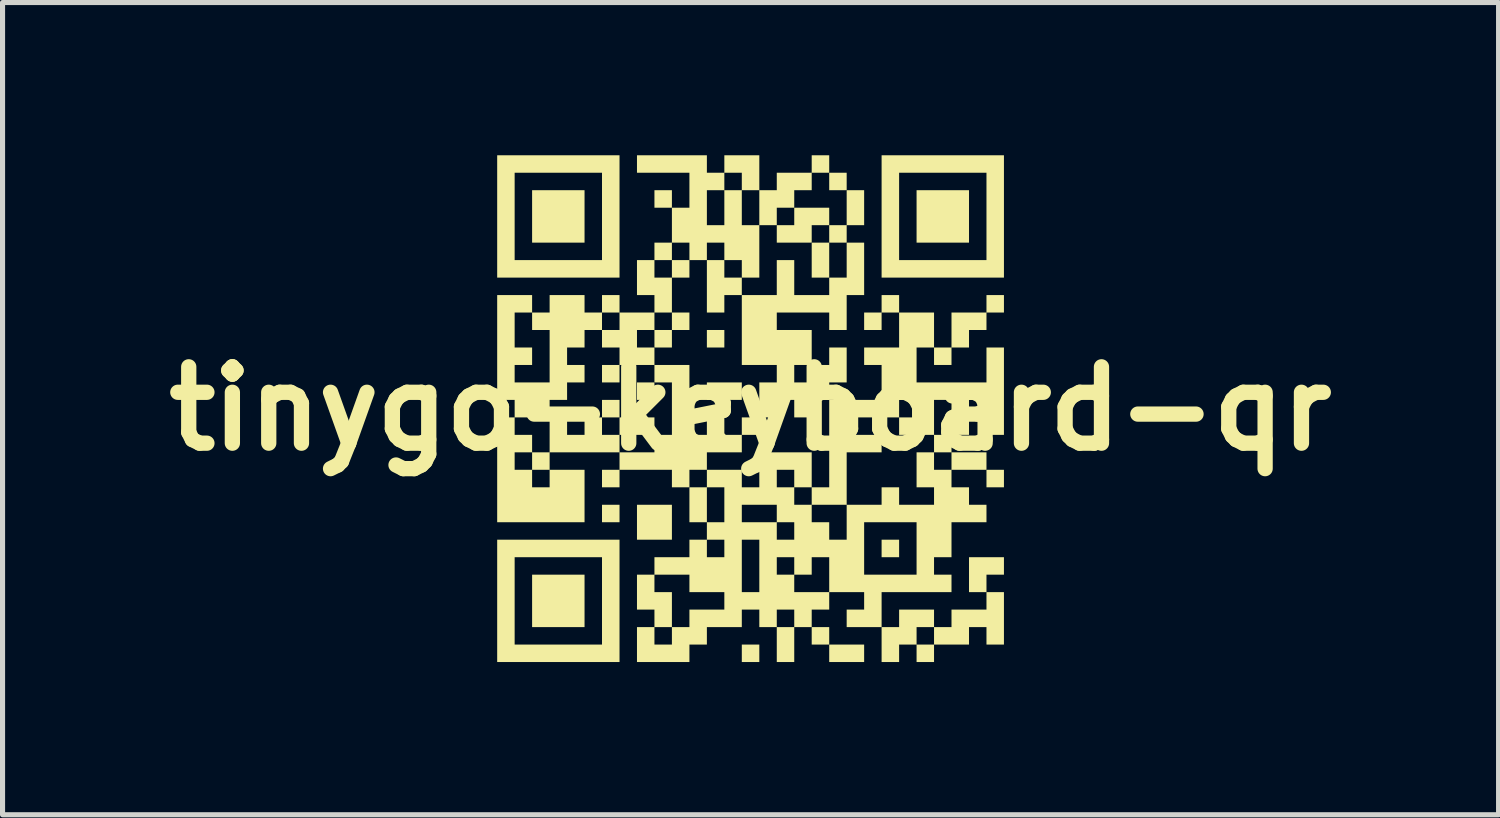
<source format=kicad_pcb>
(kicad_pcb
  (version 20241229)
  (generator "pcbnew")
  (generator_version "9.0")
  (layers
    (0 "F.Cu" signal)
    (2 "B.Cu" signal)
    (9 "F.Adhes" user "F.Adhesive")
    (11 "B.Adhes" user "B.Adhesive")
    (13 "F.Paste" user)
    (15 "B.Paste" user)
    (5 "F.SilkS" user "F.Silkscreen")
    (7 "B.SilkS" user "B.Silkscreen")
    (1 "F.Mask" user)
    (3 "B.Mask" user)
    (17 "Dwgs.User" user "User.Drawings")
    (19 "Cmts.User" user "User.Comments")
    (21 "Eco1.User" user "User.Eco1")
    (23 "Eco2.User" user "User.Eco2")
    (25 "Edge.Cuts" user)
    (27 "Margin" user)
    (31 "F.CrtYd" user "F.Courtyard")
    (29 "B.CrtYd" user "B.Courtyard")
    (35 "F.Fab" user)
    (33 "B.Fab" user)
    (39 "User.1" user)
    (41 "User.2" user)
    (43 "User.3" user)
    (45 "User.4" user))
  (footprint "tinygo-keyboard-qr"
    (layer "F.Cu")
    (at 11.693 4.977)
    (property "Reference" "tinygo-keyboard-qr" (at 0 0 0) (layer "F.SilkS") (effects (font (size 1.5 1.5) (thickness 0.3))))
    (attr board_only exclude_from_pos_files exclude_from_bom)
    (fp_poly (pts (xy -3.261 -3.776) (xy -3.261 -3.261) (xy -3.776 -3.261) (xy -4.291 -3.261) (xy -4.291 -3.776) (xy -4.291 -4.291) (xy -3.776 -4.291) (xy -3.261 -4.291)) (stroke (width 0) (type solid)) (fill yes) (layer "F.SilkS"))
    (fp_poly (pts (xy -3.261 3.776) (xy -3.261 4.291) (xy -3.776 4.291) (xy -4.291 4.291) (xy -4.291 3.776) (xy -4.291 3.261) (xy -3.776 3.261) (xy -3.261 3.261)) (stroke (width 0) (type solid)) (fill yes) (layer "F.SilkS"))
    (fp_poly (pts (xy -2.574 -0.686) (xy -2.574 -0.515) (xy -2.746 -0.515) (xy -2.918 -0.515) (xy -2.918 -0.686) (xy -2.918 -0.858) (xy -2.746 -0.858) (xy -2.574 -0.858)) (stroke (width 0) (type solid)) (fill yes) (layer "F.SilkS"))
    (fp_poly (pts (xy -2.574 0) (xy -2.574 0.172) (xy -2.746 0.172) (xy -2.918 0.172) (xy -2.918 0) (xy -2.918 -0.172) (xy -2.746 -0.172) (xy -2.574 -0.172)) (stroke (width 0) (type solid)) (fill yes) (layer "F.SilkS"))
    (fp_poly (pts (xy -2.574 2.059) (xy -2.574 2.231) (xy -2.746 2.231) (xy -2.918 2.231) (xy -2.918 2.059) (xy -2.918 1.888) (xy -2.746 1.888) (xy -2.574 1.888)) (stroke (width 0) (type solid)) (fill yes) (layer "F.SilkS"))
    (fp_poly (pts (xy -1.888 -0.343) (xy -1.888 -0.172) (xy -2.059 -0.172) (xy -2.231 -0.172) (xy -2.231 -0.343) (xy -2.231 -0.515) (xy -2.059 -0.515) (xy -1.888 -0.515)) (stroke (width 0) (type solid)) (fill yes) (layer "F.SilkS"))
    (fp_poly (pts (xy -1.888 0.343) (xy -1.888 0.515) (xy -2.231 0.515) (xy -2.574 0.515) (xy -2.574 0.343) (xy -2.574 0.172) (xy -2.231 0.172) (xy -1.888 0.172)) (stroke (width 0) (type solid)) (fill yes) (layer "F.SilkS"))
    (fp_poly (pts (xy -1.545 2.231) (xy -1.545 2.574) (xy -1.888 2.574) (xy -2.231 2.574) (xy -2.231 2.231) (xy -2.231 1.888) (xy -1.888 1.888) (xy -1.545 1.888)) (stroke (width 0) (type solid)) (fill yes) (layer "F.SilkS"))
    (fp_poly (pts (xy -1.201 -2.746) (xy -1.201 -2.574) (xy -1.373 -2.574) (xy -1.545 -2.574) (xy -1.545 -2.746) (xy -1.545 -2.918) (xy -1.373 -2.918) (xy -1.201 -2.918)) (stroke (width 0) (type solid)) (fill yes) (layer "F.SilkS"))
    (fp_poly (pts (xy -0.515 -1.373) (xy -0.515 -1.201) (xy -0.686 -1.201) (xy -0.858 -1.201) (xy -0.858 -1.373) (xy -0.858 -1.545) (xy -0.686 -1.545) (xy -0.515 -1.545)) (stroke (width 0) (type solid)) (fill yes) (layer "F.SilkS"))
    (fp_poly (pts (xy -0.172 -0.343) (xy -0.172 -0.172) (xy -0.515 -0.172) (xy -0.858 -0.172) (xy -0.858 -0.343) (xy -0.858 -0.515) (xy -0.515 -0.515) (xy -0.172 -0.515)) (stroke (width 0) (type solid)) (fill yes) (layer "F.SilkS"))
    (fp_poly (pts (xy 0.172 0.343) (xy 0.172 0.515) (xy 0 0.515) (xy -0.172 0.515) (xy -0.172 0.343) (xy -0.172 0.172) (xy 0 0.172) (xy 0.172 0.172)) (stroke (width 0) (type solid)) (fill yes) (layer "F.SilkS"))
    (fp_poly (pts (xy 0.172 4.805) (xy 0.172 4.977) (xy 0 4.977) (xy -0.172 4.977) (xy -0.172 4.805) (xy -0.172 4.634) (xy 0 4.634) (xy 0.172 4.634)) (stroke (width 0) (type solid)) (fill yes) (layer "F.SilkS"))
    (fp_poly (pts (xy 1.545 -2.918) (xy 1.545 -2.574) (xy 1.373 -2.574) (xy 1.201 -2.574) (xy 1.201 -2.918) (xy 1.201 -3.261) (xy 1.373 -3.261) (xy 1.545 -3.261)) (stroke (width 0) (type solid)) (fill yes) (layer "F.SilkS"))
    (fp_poly (pts (xy 1.545 4.462) (xy 1.545 4.634) (xy 1.373 4.634) (xy 1.201 4.634) (xy 1.201 4.462) (xy 1.201 4.291) (xy 1.373 4.291) (xy 1.545 4.291)) (stroke (width 0) (type solid)) (fill yes) (layer "F.SilkS"))
    (fp_poly (pts (xy 1.888 -4.462) (xy 1.888 -4.291) (xy 1.716 -4.291) (xy 1.545 -4.291) (xy 1.545 -4.462) (xy 1.545 -4.634) (xy 1.716 -4.634) (xy 1.888 -4.634)) (stroke (width 0) (type solid)) (fill yes) (layer "F.SilkS"))
    (fp_poly (pts (xy 2.231 4.805) (xy 2.231 4.977) (xy 1.888 4.977) (xy 1.545 4.977) (xy 1.545 4.805) (xy 1.545 4.634) (xy 1.888 4.634) (xy 2.231 4.634)) (stroke (width 0) (type solid)) (fill yes) (layer "F.SilkS"))
    (fp_poly (pts (xy 2.918 2.746) (xy 2.918 2.918) (xy 2.746 2.918) (xy 2.574 2.918) (xy 2.574 2.746) (xy 2.574 2.574) (xy 2.746 2.574) (xy 2.918 2.574)) (stroke (width 0) (type solid)) (fill yes) (layer "F.SilkS"))
    (fp_poly (pts (xy 4.291 -3.776) (xy 4.291 -3.261) (xy 3.776 -3.261) (xy 3.261 -3.261) (xy 3.261 -3.776) (xy 3.261 -4.291) (xy 3.776 -4.291) (xy 4.291 -4.291)) (stroke (width 0) (type solid)) (fill yes) (layer "F.SilkS"))
    (fp_poly (pts (xy 4.977 1.373) (xy 4.977 1.545) (xy 4.805 1.545) (xy 4.634 1.545) (xy 4.634 1.373) (xy 4.634 1.201) (xy 4.805 1.201) (xy 4.977 1.201)) (stroke (width 0) (type solid)) (fill yes) (layer "F.SilkS"))
    (fp_poly (pts (xy 4.977 3.089) (xy 4.977 3.261) (xy 4.805 3.261) (xy 4.634 3.261) (xy 4.634 3.432) (xy 4.634 3.604) (xy 4.462 3.604) (xy 4.291 3.604) (xy 4.291 3.261) (xy 4.291 2.918) (xy 4.634 2.918) (xy 4.977 2.918)) (stroke (width 0) (type solid)) (fill yes) (layer "F.SilkS"))
    (fp_poly (pts (xy -1.201 -1.716) (xy -1.201 -1.545) (xy -1.373 -1.545) (xy -1.545 -1.545) (xy -1.545 -1.373) (xy -1.545 -1.201) (xy -1.716 -1.201) (xy -1.888 -1.201) (xy -1.888 -1.373) (xy -1.888 -1.545) (xy -1.716 -1.545) (xy -1.545 -1.545) (xy -1.545 -1.716) (xy -1.545 -1.888) (xy -1.373 -1.888) (xy -1.201 -1.888)) (stroke (width 0) (type solid)) (fill yes) (layer "F.SilkS"))
    (fp_poly (pts (xy -0.515 -2.746) (xy -0.515 -2.574) (xy -0.343 -2.574) (xy -0.172 -2.574) (xy -0.172 -2.403) (xy -0.172 -2.231) (xy -0.343 -2.231) (xy -0.515 -2.231) (xy -0.515 -2.059) (xy -0.515 -1.888) (xy -0.686 -1.888) (xy -0.858 -1.888) (xy -0.858 -2.403) (xy -0.858 -2.918) (xy -0.686 -2.918) (xy -0.515 -2.918)) (stroke (width 0) (type solid)) (fill yes) (layer "F.SilkS"))
    (fp_poly (pts (xy 1.545 -3.776) (xy 1.545 -3.604) (xy 1.373 -3.604) (xy 1.201 -3.604) (xy 1.201 -3.432) (xy 1.201 -3.261) (xy 0.858 -3.261) (xy 0.515 -3.261) (xy 0.515 -3.432) (xy 0.515 -3.604) (xy 0.686 -3.604) (xy 0.858 -3.604) (xy 0.858 -3.776) (xy 0.858 -3.947) (xy 1.201 -3.947) (xy 1.545 -3.947)) (stroke (width 0) (type solid)) (fill yes) (layer "F.SilkS"))
    (fp_poly (pts (xy 2.231 -3.947) (xy 2.231 -3.604) (xy 2.059 -3.604) (xy 1.888 -3.604) (xy 1.888 -3.432) (xy 1.888 -3.261) (xy 1.716 -3.261) (xy 1.545 -3.261) (xy 1.545 -3.432) (xy 1.545 -3.604) (xy 1.716 -3.604) (xy 1.888 -3.604) (xy 1.888 -3.947) (xy 1.888 -4.291) (xy 2.059 -4.291) (xy 2.231 -4.291)) (stroke (width 0) (type solid)) (fill yes) (layer "F.SilkS"))
    (fp_poly (pts (xy 2.918 -2.059) (xy 2.918 -1.888) (xy 2.746 -1.888) (xy 2.574 -1.888) (xy 2.574 -1.716) (xy 2.574 -1.545) (xy 2.403 -1.545) (xy 2.231 -1.545) (xy 2.231 -1.716) (xy 2.231 -1.888) (xy 2.403 -1.888) (xy 2.574 -1.888) (xy 2.574 -2.059) (xy 2.574 -2.231) (xy 2.746 -2.231) (xy 2.918 -2.231)) (stroke (width 0) (type solid)) (fill yes) (layer "F.SilkS"))
    (fp_poly (pts (xy -2.574 -3.776) (xy -2.574 -2.574) (xy -3.776 -2.574) (xy -4.977 -2.574) (xy -4.977 -3.776) (xy -4.977 -4.634) (xy -4.634 -4.634) (xy -4.634 -3.776) (xy -4.634 -2.918) (xy -3.776 -2.918) (xy -2.918 -2.918) (xy -2.918 -3.776) (xy -2.918 -4.634) (xy -3.776 -4.634) (xy -4.634 -4.634) (xy -4.977 -4.634) (xy -4.977 -4.977) (xy -3.776 -4.977) (xy -2.574 -4.977)) (stroke (width 0) (type solid)) (fill yes) (layer "F.SilkS"))
    (fp_poly (pts (xy -2.574 3.776) (xy -2.574 4.977) (xy -3.776 4.977) (xy -4.977 4.977) (xy -4.977 3.776) (xy -4.977 2.918) (xy -4.634 2.918) (xy -4.634 3.776) (xy -4.634 4.634) (xy -3.776 4.634) (xy -2.918 4.634) (xy -2.918 3.776) (xy -2.918 2.918) (xy -3.776 2.918) (xy -4.634 2.918) (xy -4.977 2.918) (xy -4.977 2.574) (xy -3.776 2.574) (xy -2.574 2.574)) (stroke (width 0) (type solid)) (fill yes) (layer "F.SilkS"))
    (fp_poly (pts (xy 4.977 -3.776) (xy 4.977 -2.574) (xy 3.776 -2.574) (xy 2.574 -2.574) (xy 2.574 -3.776) (xy 2.574 -4.634) (xy 2.918 -4.634) (xy 2.918 -3.776) (xy 2.918 -2.918) (xy 3.776 -2.918) (xy 4.634 -2.918) (xy 4.634 -3.776) (xy 4.634 -4.634) (xy 3.776 -4.634) (xy 2.918 -4.634) (xy 2.574 -4.634) (xy 2.574 -4.977) (xy 3.776 -4.977) (xy 4.977 -4.977)) (stroke (width 0) (type solid)) (fill yes) (layer "F.SilkS"))
    (fp_poly (pts (xy -0.858 -4.805) (xy -0.858 -4.634) (xy -0.686 -4.634) (xy -0.515 -4.634) (xy -0.515 -4.805) (xy -0.515 -4.977) (xy -0.172 -4.977) (xy 0.172 -4.977) (xy 0.172 -4.634) (xy 0.172 -4.291) (xy 0.343 -4.291) (xy 0.515 -4.291) (xy 0.515 -4.462) (xy 0.515 -4.634) (xy 0.858 -4.634) (xy 1.201 -4.634) (xy 1.201 -4.805) (xy 1.201 -4.977) (xy 1.373 -4.977) (xy 1.545 -4.977) (xy 1.545 -4.805) (xy 1.545 -4.634) (xy 1.373 -4.634) (xy 1.201 -4.634) (xy 1.201 -4.462) (xy 1.201 -4.291) (xy 1.03 -4.291) (xy 0.858 -4.291) (xy 0.858 -4.119) (xy 0.858 -3.947) (xy 0.686 -3.947) (xy 0.515 -3.947) (xy 0.515 -3.776) (xy 0.515 -3.604) (xy 0.343 -3.604) (xy 0.172 -3.604) (xy 0.172 -3.947) (xy 0.172 -4.291) (xy 0 -4.291) (xy -0.172 -4.291) (xy -0.172 -3.947) (xy -0.172 -3.604) (xy 0 -3.604) (xy 0.172 -3.604) (xy 0.172 -3.089) (xy 0.172 -2.574) (xy 0 -2.574) (xy -0.172 -2.574) (xy -0.172 -2.746) (xy -0.172 -2.918) (xy -0.343 -2.918) (xy -0.515 -2.918) (xy -0.515 -3.089) (xy -0.515 -3.261) (xy -0.686 -3.261) (xy -0.858 -3.261) (xy -0.858 -3.089) (xy -0.858 -2.918) (xy -1.03 -2.918) (xy -1.201 -2.918) (xy -1.201 -3.089) (xy -1.201 -3.261) (xy -1.373 -3.261) (xy -1.545 -3.261) (xy -1.545 -3.089) (xy -1.545 -2.918) (xy -1.716 -2.918) (xy -1.888 -2.918) (xy -1.888 -2.746) (xy -1.888 -2.574) (xy -1.716 -2.574) (xy -1.545 -2.574) (xy -1.545 -2.231) (xy -1.545 -1.888) (xy -1.716 -1.888) (xy -1.888 -1.888) (xy -1.888 -1.716) (xy -1.888 -1.545) (xy -2.059 -1.545) (xy -2.231 -1.545) (xy -2.231 -1.373) (xy -2.231 -1.201) (xy -2.059 -1.201) (xy -1.888 -1.201) (xy -1.888 -1.03) (xy -1.888 -0.858) (xy -2.231 -0.858) (xy -2.574 -0.858) (xy -2.574 -1.03) (xy -2.574 -1.201) (xy -2.746 -1.201) (xy -2.918 -1.201) (xy -2.918 -1.373) (xy -2.918 -1.545) (xy -2.746 -1.545) (xy -2.574 -1.545) (xy -2.574 -1.716) (xy -2.574 -1.888) (xy -2.746 -1.888) (xy -2.918 -1.888) (xy -2.918 -1.716) (xy -2.918 -1.545) (xy -3.089 -1.545) (xy -3.261 -1.545) (xy -3.261 -1.373) (xy -3.261 -1.201) (xy -3.432 -1.201) (xy -3.604 -1.201) (xy -3.604 -1.03) (xy -3.604 -0.858) (xy -3.432 -0.858) (xy -3.261 -0.858) (xy -3.261 -0.686) (xy -3.261 -0.515) (xy -3.432 -0.515) (xy -3.604 -0.515) (xy -3.604 -0.343) (xy -3.604 -0.172) (xy -3.776 -0.172) (xy -3.947 -0.172) (xy -3.947 0) (xy -3.947 0.172) (xy -4.291 0.172) (xy -4.634 0.172) (xy -4.634 0.343) (xy -4.634 0.515) (xy -4.462 0.515) (xy -4.291 0.515) (xy -4.291 0.686) (xy -4.291 0.858) (xy -4.462 0.858) (xy -4.634 0.858) (xy -4.634 1.03) (xy -4.634 1.201) (xy -4.462 1.201) (xy -4.291 1.201) (xy -4.291 1.03) (xy -4.291 0.858) (xy -4.119 0.858) (xy -3.947 0.858) (xy -3.947 0.515) (xy -3.947 0.172) (xy -3.776 0.172) (xy -3.604 0.172) (xy -3.604 0.343) (xy -3.604 0.515) (xy -3.432 0.515) (xy -3.261 0.515) (xy -3.261 0.343) (xy -3.261 0.172) (xy -3.089 0.172) (xy -2.918 0.172) (xy -2.918 0.343) (xy -2.918 0.515) (xy -2.746 0.515) (xy -2.574 0.515) (xy -2.574 0.686) (xy -2.574 0.858) (xy -2.231 0.858) (xy -1.888 0.858) (xy -1.888 0.686) (xy -1.888 0.515) (xy -1.716 0.515) (xy -1.545 0.515) (xy -1.545 0) (xy -1.545 -0.515) (xy -1.716 -0.515) (xy -1.888 -0.515) (xy -1.888 -0.686) (xy -1.888 -0.858) (xy -1.545 -0.858) (xy -1.201 -0.858) (xy -1.201 -0.172) (xy -1.201 0.515) (xy -1.03 0.515) (xy -0.858 0.515) (xy -0.858 0.343) (xy -0.858 0.172) (xy -0.686 0.172) (xy -0.515 0.172) (xy -0.515 0.343) (xy -0.515 0.515) (xy -0.343 0.515) (xy -0.172 0.515) (xy -0.172 0.686) (xy -0.172 0.858) (xy -0.515 0.858) (xy -0.858 0.858) (xy -0.858 1.03) (xy -0.858 1.201) (xy -1.03 1.201) (xy -1.201 1.201) (xy -1.201 1.373) (xy -1.201 1.545) (xy -1.03 1.545) (xy -0.858 1.545) (xy -0.858 1.888) (xy -0.858 2.231) (xy -0.686 2.231) (xy -0.515 2.231) (xy -0.515 1.888) (xy -0.172 1.888) (xy -0.172 2.059) (xy -0.172 2.231) (xy 0.172 2.231) (xy 0.515 2.231) (xy 0.515 2.403) (xy 0.515 2.574) (xy 0.686 2.574) (xy 0.858 2.574) (xy 0.858 2.403) (xy 0.858 2.231) (xy 0.686 2.231) (xy 0.515 2.231) (xy 0.515 2.059) (xy 0.515 1.888) (xy 0.172 1.888) (xy -0.172 1.888) (xy -0.515 1.888) (xy -0.515 1.545) (xy -0.686 1.545) (xy -0.858 1.545) (xy -0.858 1.373) (xy -0.858 1.201) (xy -0.515 1.201) (xy -0.172 1.201) (xy -0.172 1.373) (xy -0.172 1.545) (xy 0 1.545) (xy 0.172 1.545) (xy 0.172 1.201) (xy 0.172 0.858) (xy 0.686 0.858) (xy 1.201 0.858) (xy 1.201 1.201) (xy 1.201 1.545) (xy 1.03 1.545) (xy 0.858 1.545) (xy 0.858 1.373) (xy 0.858 1.201) (xy 0.686 1.201) (xy 0.515 1.201) (xy 0.515 1.373) (xy 0.515 1.545) (xy 0.686 1.545) (xy 0.858 1.545) (xy 0.858 1.716) (xy 0.858 1.888) (xy 1.03 1.888) (xy 1.201 1.888) (xy 1.201 2.059) (xy 1.201 2.231) (xy 1.373 2.231) (xy 1.545 2.231) (xy 1.545 2.403) (xy 1.545 2.574) (xy 1.716 2.574) (xy 1.888 2.574) (xy 1.888 2.231) (xy 2.231 2.231) (xy 2.231 2.746) (xy 2.231 3.261) (xy 2.746 3.261) (xy 3.261 3.261) (xy 3.261 2.746) (xy 3.261 2.231) (xy 2.746 2.231) (xy 2.231 2.231) (xy 1.888 2.231) (xy 1.888 1.888) (xy 2.231 1.888) (xy 2.574 1.888) (xy 2.574 1.716) (xy 2.574 1.545) (xy 2.746 1.545) (xy 2.918 1.545) (xy 2.918 1.716) (xy 2.918 1.888) (xy 3.261 1.888) (xy 3.604 1.888) (xy 3.604 1.716) (xy 3.604 1.545) (xy 3.432 1.545) (xy 3.261 1.545) (xy 3.261 1.201) (xy 3.261 0.858) (xy 3.432 0.858) (xy 3.604 0.858) (xy 3.604 0.686) (xy 3.604 0.515) (xy 3.776 0.515) (xy 3.947 0.515) (xy 3.947 0.172) (xy 3.947 -0.172) (xy 3.776 -0.172) (xy 3.604 -0.172) (xy 3.604 0.172) (xy 3.604 0.515) (xy 3.261 0.515) (xy 2.918 0.515) (xy 2.918 0.343) (xy 2.918 0.172) (xy 3.089 0.172) (xy 3.261 0.172) (xy 3.261 0) (xy 3.261 -0.172) (xy 3.089 -0.172) (xy 2.918 -0.172) (xy 2.918 0) (xy 2.918 0.172) (xy 2.403 0.172) (xy 1.888 0.172) (xy 1.888 0.343) (xy 1.888 0.515) (xy 2.231 0.515) (xy 2.574 0.515) (xy 2.574 0.686) (xy 2.574 0.858) (xy 2.231 0.858) (xy 1.888 0.858) (xy 1.888 1.373) (xy 1.888 1.888) (xy 1.545 1.888) (xy 1.201 1.888) (xy 1.201 1.716) (xy 1.201 1.545) (xy 1.373 1.545) (xy 1.545 1.545) (xy 1.545 0.686) (xy 1.545 -0.172) (xy 1.373 -0.172) (xy 1.201 -0.172) (xy 1.201 0) (xy 1.201 0.172) (xy 1.03 0.172) (xy 0.858 0.172) (xy 0.858 0) (xy 0.858 -0.172) (xy 0.686 -0.172) (xy 0.515 -0.172) (xy 0.515 0) (xy 0.515 0.172) (xy 0.343 0.172) (xy 0.172 0.172) (xy 0.172 -0.172) (xy 0.172 -0.515) (xy 0.343 -0.515) (xy 0.515 -0.515) (xy 0.515 -0.686) (xy 0.515 -0.858) (xy 0.858 -0.858) (xy 0.858 -0.686) (xy 0.858 -0.515) (xy 1.03 -0.515) (xy 1.201 -0.515) (xy 1.201 -0.686) (xy 1.201 -0.858) (xy 1.03 -0.858) (xy 0.858 -0.858) (xy 0.515 -0.858) (xy 0.172 -0.858) (xy -0.172 -0.858) (xy -0.172 -1.545) (xy -0.172 -2.231) (xy 0.172 -2.231) (xy 0.515 -2.231) (xy 0.515 -2.574) (xy 0.515 -2.918) (xy 0.686 -2.918) (xy 0.858 -2.918) (xy 0.858 -2.574) (xy 0.858 -2.231) (xy 1.201 -2.231) (xy 1.545 -2.231) (xy 1.545 -2.403) (xy 1.545 -2.574) (xy 1.716 -2.574) (xy 1.888 -2.574) (xy 1.888 -2.918) (xy 1.888 -3.261) (xy 2.059 -3.261) (xy 2.231 -3.261) (xy 2.231 -2.746) (xy 2.231 -2.231) (xy 2.059 -2.231) (xy 1.888 -2.231) (xy 1.888 -1.888) (xy 1.888 -1.545) (xy 1.716 -1.545) (xy 1.545 -1.545) (xy 1.545 -1.716) (xy 1.545 -1.888) (xy 1.03 -1.888) (xy 0.515 -1.888) (xy 0.515 -1.716) (xy 0.515 -1.545) (xy 0.858 -1.545) (xy 1.201 -1.545) (xy 1.201 -1.201) (xy 1.201 -0.858) (xy 1.373 -0.858) (xy 1.545 -0.858) (xy 1.545 -1.03) (xy 1.545 -1.201) (xy 1.716 -1.201) (xy 1.888 -1.201) (xy 1.888 -0.858) (xy 1.888 -0.515) (xy 1.716 -0.515) (xy 1.545 -0.515) (xy 1.545 -0.343) (xy 1.545 -0.172) (xy 2.059 -0.172) (xy 2.574 -0.172) (xy 2.574 -0.515) (xy 2.574 -0.858) (xy 2.403 -0.858) (xy 2.231 -0.858) (xy 2.231 -1.03) (xy 2.231 -1.201) (xy 2.574 -1.201) (xy 2.918 -1.201) (xy 2.918 -1.545) (xy 2.918 -1.888) (xy 3.261 -1.888) (xy 3.604 -1.888) (xy 3.604 -1.545) (xy 3.604 -1.201) (xy 3.776 -1.201) (xy 3.947 -1.201) (xy 3.947 -1.545) (xy 3.947 -1.888) (xy 4.291 -1.888) (xy 4.634 -1.888) (xy 4.634 -2.059) (xy 4.634 -2.231) (xy 4.805 -2.231) (xy 4.977 -2.231) (xy 4.977 -2.059) (xy 4.977 -1.888) (xy 4.805 -1.888) (xy 4.634 -1.888) (xy 4.634 -1.716) (xy 4.634 -1.545) (xy 4.462 -1.545) (xy 4.291 -1.545) (xy 4.291 -1.373) (xy 4.291 -1.201) (xy 4.119 -1.201) (xy 3.947 -1.201) (xy 3.947 -1.03) (xy 3.947 -0.858) (xy 3.776 -0.858) (xy 3.604 -0.858) (xy 3.604 -1.03) (xy 3.604 -1.201) (xy 3.432 -1.201) (xy 3.261 -1.201) (xy 3.261 -0.858) (xy 3.261 -0.515) (xy 3.947 -0.515) (xy 4.634 -0.515) (xy 4.634 -0.858) (xy 4.634 -1.201) (xy 4.805 -1.201) (xy 4.977 -1.201) (xy 4.977 -0.343) (xy 4.977 0.515) (xy 4.805 0.515) (xy 4.634 0.515) (xy 4.634 0.172) (xy 4.634 -0.172) (xy 4.462 -0.172) (xy 4.291 -0.172) (xy 4.291 0.172) (xy 4.291 0.515) (xy 4.119 0.515) (xy 3.947 0.515) (xy 3.947 0.686) (xy 3.947 0.858) (xy 3.776 0.858) (xy 3.604 0.858) (xy 3.604 1.03) (xy 3.604 1.201) (xy 3.776 1.201) (xy 3.947 1.201) (xy 3.947 1.03) (xy 3.947 0.858) (xy 4.291 0.858) (xy 4.634 0.858) (xy 4.634 1.03) (xy 4.634 1.201) (xy 4.291 1.201) (xy 3.947 1.201) (xy 3.947 1.373) (xy 3.947 1.545) (xy 4.119 1.545) (xy 4.291 1.545) (xy 4.291 1.716) (xy 4.291 1.888) (xy 4.462 1.888) (xy 4.634 1.888) (xy 4.634 2.059) (xy 4.634 2.231) (xy 4.291 2.231) (xy 3.947 2.231) (xy 3.947 2.574) (xy 3.947 2.918) (xy 3.776 2.918) (xy 3.604 2.918) (xy 3.604 3.089) (xy 3.604 3.261) (xy 3.776 3.261) (xy 3.947 3.261) (xy 3.947 3.432) (xy 3.947 3.604) (xy 3.261 3.604) (xy 2.574 3.604) (xy 2.574 3.947) (xy 2.574 4.291) (xy 2.746 4.291) (xy 2.918 4.291) (xy 3.261 4.291) (xy 3.261 4.462) (xy 3.261 4.634) (xy 3.432 4.634) (xy 3.604 4.634) (xy 3.604 4.462) (xy 3.604 4.291) (xy 3.432 4.291) (xy 3.261 4.291) (xy 2.918 4.291) (xy 2.918 4.119) (xy 2.918 3.947) (xy 3.261 3.947) (xy 3.604 3.947) (xy 3.604 4.119) (xy 3.604 4.291) (xy 3.776 4.291) (xy 3.947 4.291) (xy 3.947 4.119) (xy 3.947 3.947) (xy 4.291 3.947) (xy 4.634 3.947) (xy 4.634 3.776) (xy 4.634 3.604) (xy 4.805 3.604) (xy 4.977 3.604) (xy 4.977 4.119) (xy 4.977 4.634) (xy 4.805 4.634) (xy 4.634 4.634) (xy 4.634 4.462) (xy 4.634 4.291) (xy 4.462 4.291) (xy 4.291 4.291) (xy 4.291 4.462) (xy 4.291 4.634) (xy 3.947 4.634) (xy 3.604 4.634) (xy 3.604 4.805) (xy 3.604 4.977) (xy 3.432 4.977) (xy 3.261 4.977) (xy 3.261 4.805) (xy 3.261 4.634) (xy 3.089 4.634) (xy 2.918 4.634) (xy 2.918 4.805) (xy 2.918 4.977) (xy 2.746 4.977) (xy 2.574 4.977) (xy 2.574 4.634) (xy 2.574 4.291) (xy 2.231 4.291) (xy 1.888 4.291) (xy 1.888 4.119) (xy 1.888 3.947) (xy 2.059 3.947) (xy 2.231 3.947) (xy 2.231 3.776) (xy 2.231 3.604) (xy 1.888 3.604) (xy 1.545 3.604) (xy 1.545 3.776) (xy 1.545 3.947) (xy 1.373 3.947) (xy 1.201 3.947) (xy 1.201 4.119) (xy 1.201 4.291) (xy 1.03 4.291) (xy 0.858 4.291) (xy 0.858 4.634) (xy 0.858 4.977) (xy 0.686 4.977) (xy 0.515 4.977) (xy 0.515 4.634) (xy 0.515 4.291) (xy 0.343 4.291) (xy 0.172 4.291) (xy 0.172 4.119) (xy 0.172 3.947) (xy 0.515 3.947) (xy 0.515 4.119) (xy 0.515 4.291) (xy 0.686 4.291) (xy 0.858 4.291) (xy 0.858 4.119) (xy 0.858 3.947) (xy 0.686 3.947) (xy 0.515 3.947) (xy 0.172 3.947) (xy 0 3.947) (xy -0.172 3.947) (xy -0.172 4.119) (xy -0.172 4.291) (xy -0.515 4.291) (xy -0.858 4.291) (xy -0.858 4.462) (xy -0.858 4.634) (xy -1.03 4.634) (xy -1.201 4.634) (xy -1.201 4.805) (xy -1.201 4.977) (xy -1.716 4.977) (xy -2.231 4.977) (xy -2.231 4.634) (xy -2.231 4.291) (xy -2.059 4.291) (xy -1.888 4.291) (xy -1.888 4.119) (xy -1.888 3.947) (xy -2.059 3.947) (xy -2.231 3.947) (xy -2.231 3.604) (xy -2.231 3.261) (xy -2.059 3.261) (xy -1.888 3.261) (xy -1.888 3.432) (xy -1.888 3.604) (xy -1.716 3.604) (xy -1.545 3.604) (xy -1.545 3.947) (xy -1.545 4.291) (xy -1.716 4.291) (xy -1.888 4.291) (xy -1.888 4.462) (xy -1.888 4.634) (xy -1.716 4.634) (xy -1.545 4.634) (xy -1.545 4.462) (xy -1.545 4.291) (xy -1.373 4.291) (xy -1.201 4.291) (xy -1.201 4.119) (xy -1.201 3.947) (xy -0.858 3.947) (xy -0.515 3.947) (xy -0.515 3.776) (xy -0.515 3.604) (xy -0.858 3.604) (xy -1.201 3.604) (xy -1.201 3.432) (xy -1.201 3.261) (xy -1.545 3.261) (xy -1.888 3.261) (xy -1.888 3.089) (xy -1.888 2.918) (xy -1.545 2.918) (xy -1.201 2.918) (xy -1.201 2.746) (xy -1.201 2.574) (xy -1.03 2.574) (xy -0.858 2.574) (xy -0.858 2.746) (xy -0.858 2.918) (xy -0.686 2.918) (xy -0.515 2.918) (xy -0.515 2.746) (xy -0.515 2.574) (xy -0.172 2.574) (xy -0.172 3.089) (xy -0.172 3.604) (xy 0 3.604) (xy 0.172 3.604) (xy 0.172 3.089) (xy 0.172 2.918) (xy 0.515 2.918) (xy 0.515 3.089) (xy 0.515 3.261) (xy 0.686 3.261) (xy 0.858 3.261) (xy 0.858 3.432) (xy 0.858 3.604) (xy 1.201 3.604) (xy 1.545 3.604) (xy 1.545 3.261) (xy 1.545 2.918) (xy 1.373 2.918) (xy 1.201 2.918) (xy 1.201 3.089) (xy 1.201 3.261) (xy 1.03 3.261) (xy 0.858 3.261) (xy 0.858 3.089) (xy 0.858 2.918) (xy 0.686 2.918) (xy 0.515 2.918) (xy 0.172 2.918) (xy 0.172 2.574) (xy 0 2.574) (xy -0.172 2.574) (xy -0.515 2.574) (xy -0.686 2.574) (xy -0.858 2.574) (xy -0.858 2.403) (xy -0.858 2.231) (xy -1.03 2.231) (xy -1.201 2.231) (xy -1.201 1.888) (xy -1.201 1.545) (xy -1.373 1.545) (xy -1.545 1.545) (xy -1.545 1.373) (xy -1.545 1.201) (xy -2.059 1.201) (xy -2.574 1.201) (xy -2.574 1.373) (xy -2.574 1.545) (xy -2.746 1.545) (xy -2.918 1.545) (xy -2.918 1.373) (xy -2.918 1.201) (xy -2.746 1.201) (xy -2.574 1.201) (xy -2.574 1.03) (xy -2.574 0.858) (xy -3.261 0.858) (xy -3.947 0.858) (xy -3.947 1.03) (xy -3.947 1.201) (xy -4.119 1.201) (xy -4.291 1.201) (xy -4.291 1.373) (xy -4.291 1.545) (xy -4.119 1.545) (xy -3.947 1.545) (xy -3.947 1.373) (xy -3.947 1.201) (xy -3.604 1.201) (xy -3.261 1.201) (xy -3.261 1.716) (xy -3.261 2.231) (xy -4.119 2.231) (xy -4.977 2.231) (xy -4.977 1.201) (xy -4.977 0.172) (xy -4.805 0.172) (xy -4.634 0.172) (xy -4.634 0) (xy -4.634 -0.172) (xy -4.805 -0.172) (xy -4.977 -0.172) (xy -4.977 -1.201) (xy -4.977 -1.888) (xy -4.634 -1.888) (xy -4.634 -1.545) (xy -4.634 -1.201) (xy -4.462 -1.201) (xy -4.291 -1.201) (xy -4.291 -1.03) (xy -4.291 -0.858) (xy -4.462 -0.858) (xy -4.634 -0.858) (xy -4.634 -0.686) (xy -4.634 -0.515) (xy -4.291 -0.515) (xy -3.947 -0.515) (xy -3.947 -1.03) (xy -3.947 -1.545) (xy -4.119 -1.545) (xy -4.291 -1.545) (xy -4.291 -1.716) (xy -4.291 -1.888) (xy -4.462 -1.888) (xy -4.634 -1.888) (xy -4.977 -1.888) (xy -4.977 -2.231) (xy -4.634 -2.231) (xy -4.291 -2.231) (xy -4.291 -2.059) (xy -4.291 -1.888) (xy -4.119 -1.888) (xy -3.947 -1.888) (xy -3.947 -2.059) (xy -3.947 -2.231) (xy -3.604 -2.231) (xy -3.261 -2.231) (xy -3.261 -2.059) (xy -3.261 -1.888) (xy -3.089 -1.888) (xy -2.918 -1.888) (xy -2.918 -2.059) (xy -2.918 -2.231) (xy -2.746 -2.231) (xy -2.574 -2.231) (xy -2.574 -2.059) (xy -2.574 -1.888) (xy -2.231 -1.888) (xy -1.888 -1.888) (xy -1.888 -2.059) (xy -1.888 -2.231) (xy -2.059 -2.231) (xy -2.231 -2.231) (xy -2.231 -2.574) (xy -2.231 -2.918) (xy -2.059 -2.918) (xy -1.888 -2.918) (xy -1.888 -3.089) (xy -1.888 -3.261) (xy -1.716 -3.261) (xy -1.545 -3.261) (xy -1.545 -3.604) (xy -0.858 -3.604) (xy -0.686 -3.604) (xy -0.515 -3.604) (xy -0.515 -3.947) (xy -0.515 -4.291) (xy -0.343 -4.291) (xy -0.172 -4.291) (xy -0.172 -4.462) (xy -0.172 -4.634) (xy -0.343 -4.634) (xy -0.515 -4.634) (xy -0.515 -4.462) (xy -0.515 -4.291) (xy -0.686 -4.291) (xy -0.858 -4.291) (xy -0.858 -3.947) (xy -0.858 -3.604) (xy -1.545 -3.604) (xy -1.545 -3.947) (xy -1.716 -3.947) (xy -1.888 -3.947) (xy -1.888 -4.119) (xy -1.888 -4.291) (xy -1.716 -4.291) (xy -1.545 -4.291) (xy -1.545 -4.119) (xy -1.545 -3.947) (xy -1.373 -3.947) (xy -1.201 -3.947) (xy -1.201 -4.291) (xy -1.201 -4.634) (xy -1.716 -4.634) (xy -2.231 -4.634) (xy -2.231 -4.805) (xy -2.231 -4.977) (xy -1.545 -4.977) (xy -0.858 -4.977)) (stroke (width 0) (type solid)) (fill yes) (layer "F.SilkS")))
  (gr_rect
    (start -3 -3)
    (end 26.386 12.954)
    (stroke (width 0.1) (type default))
    (fill no)
    (layer "Edge.Cuts")))
</source>
